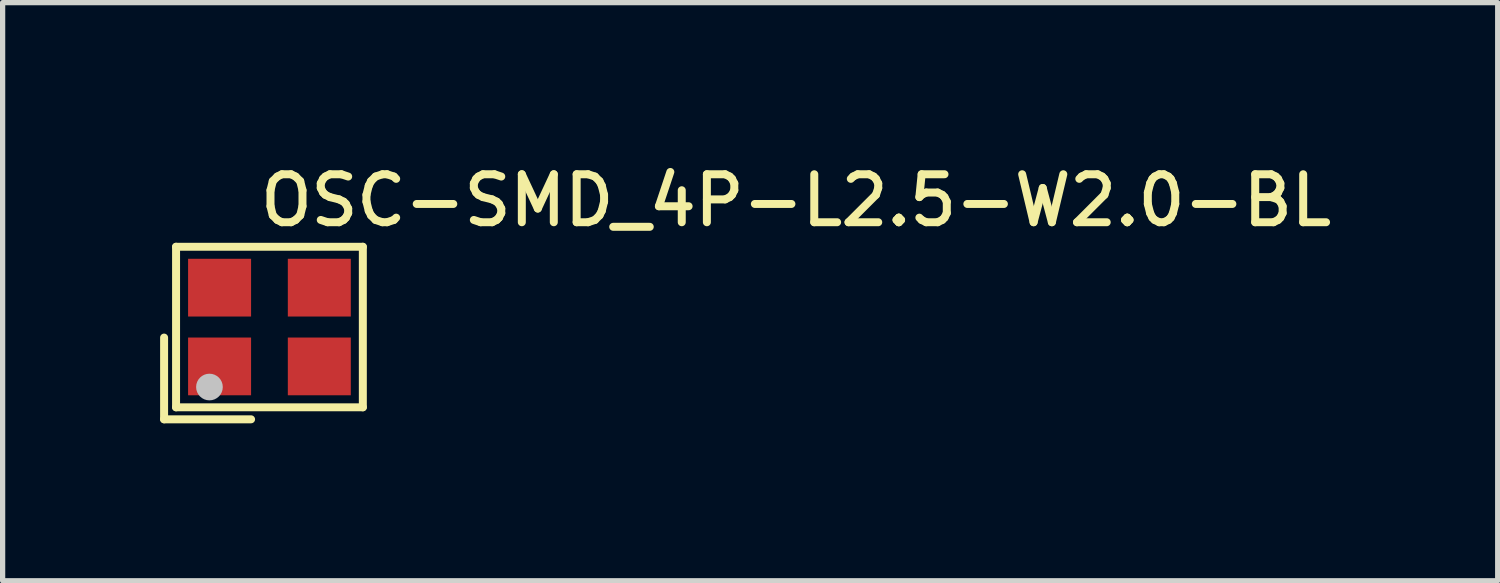
<source format=kicad_pcb>
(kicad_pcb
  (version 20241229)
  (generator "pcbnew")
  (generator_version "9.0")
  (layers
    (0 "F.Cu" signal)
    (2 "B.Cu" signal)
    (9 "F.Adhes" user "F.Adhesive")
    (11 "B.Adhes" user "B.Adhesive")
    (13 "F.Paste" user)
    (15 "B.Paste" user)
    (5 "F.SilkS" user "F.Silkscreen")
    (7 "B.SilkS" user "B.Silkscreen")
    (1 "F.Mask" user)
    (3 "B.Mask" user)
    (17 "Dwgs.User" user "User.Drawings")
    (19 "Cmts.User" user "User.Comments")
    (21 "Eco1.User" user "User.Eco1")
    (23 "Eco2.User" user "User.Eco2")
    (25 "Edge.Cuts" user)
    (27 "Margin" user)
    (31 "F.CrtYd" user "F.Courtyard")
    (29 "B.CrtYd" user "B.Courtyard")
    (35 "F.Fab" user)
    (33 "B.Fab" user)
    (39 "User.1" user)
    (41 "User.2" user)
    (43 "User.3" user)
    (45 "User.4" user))
  (footprint "OSC-SMD_4P-L2.5-W2.0-BL"
    (layer "F.Cu")
    (at 2.083 3.18)
    (property "Reference" "OSC-SMD_4P-L2.5-W2.0-BL" (at -0.254 -2.946 0) (layer "F.SilkS") (effects (font (size 0.914 0.914) (thickness 0.152)) (justify left top)))
    (fp_line (start -2.007 0.201) (end -2.007 1.758) (stroke (width 0.152) (type default)) (layer "F.SilkS"))
    (fp_line (start -2.007 1.758) (end -0.35 1.758) (stroke (width 0.152) (type default)) (layer "F.SilkS"))
    (fp_line (start -1.779 -1.529) (end 1.779 -1.529) (stroke (width 0.152) (type default)) (layer "F.SilkS"))
    (fp_line (start -1.779 1.529) (end -1.779 -1.529) (stroke (width 0.152) (type default)) (layer "F.SilkS"))
    (fp_line (start 1.779 -1.529) (end 1.779 1.529) (stroke (width 0.152) (type default)) (layer "F.SilkS"))
    (fp_line (start 1.779 1.529) (end -1.779 1.529) (stroke (width 0.152) (type default)) (layer "F.SilkS"))
    (fp_circle (center -1.143 1.143) (end -1.016 1.143) (stroke (width 0.254) (type default)) (fill no) (layer "Dwgs.User"))
    (fp_circle (center -1.25 1) (end -1.22 1) (stroke (width 0.06) (type default)) (fill no) (layer "User.5"))
    (pad "1" smd rect (at -0.95 0.75) (size 1.2 1.1) (layers "F.Cu" "F.Mask" "F.Paste"))
    (pad "2" smd rect (at 0.95 0.75) (size 1.2 1.1) (layers "F.Cu" "F.Mask" "F.Paste"))
    (pad "3" smd rect (at 0.95 -0.75) (size 1.2 1.1) (layers "F.Cu" "F.Mask" "F.Paste"))
    (pad "4" smd rect (at -0.95 -0.75) (size 1.2 1.1) (layers "F.Cu" "F.Mask" "F.Paste"))
    (zone (net_name "") (layer "Dwgs.User") (hatch edge 0.5) (priority 100) (connect_pads yes) (min_thickness 0) (filled_areas_thickness no) (fill yes) (polygon (pts (xy 0.94 2.545) (xy 1.448 2.545) (xy 1.448 2.672) (xy 0.94 2.672))) (filled_polygon (layer "Dwgs.User") (island) (pts (xy 0.94 2.545) (xy 1.448 2.545) (xy 1.448 2.672) (xy 0.94 2.672))))
    (zone (net_name "") (layer "Dwgs.User") (hatch edge 0.5) (priority 100) (connect_pads yes) (min_thickness 0) (filled_areas_thickness no) (fill yes) (polygon (pts (xy 1.13 2.862) (xy 1.13 2.354) (xy 1.257 2.354) (xy 1.257 2.862))) (filled_polygon (layer "Dwgs.User") (island) (pts (xy 1.13 2.862) (xy 1.13 2.354) (xy 1.257 2.354) (xy 1.257 2.862))))
    (zone (net_name "") (layer "Dwgs.User") (hatch edge 0.5) (priority 100) (connect_pads yes) (min_thickness 0) (filled_areas_thickness no) (fill yes) (polygon (pts (xy 2.718 3.815) (xy 3.226 3.815) (xy 3.226 3.942) (xy 2.718 3.942))) (filled_polygon (layer "Dwgs.User") (island) (pts (xy 2.718 3.815) (xy 3.226 3.815) (xy 3.226 3.942) (xy 2.718 3.942))))
    (zone (net_name "") (layer "User.3") (hatch edge 0.5) (priority 100) (connect_pads yes) (min_thickness 0) (filled_areas_thickness no) (fill yes) (polygon (pts (xy 0.833 4.18) (xy 0.833 2.18) (xy 3.333 2.18) (xy 3.333 4.18))) (filled_polygon (layer "User.3") (island) (pts (xy 0.833 4.18) (xy 0.833 2.18) (xy 3.333 2.18) (xy 3.333 4.18))))
    (zone (net_name "") (layer "User.4") (hatch edge 0.5) (priority 100) (connect_pads yes) (min_thickness 0) (filled_areas_thickness no) (fill yes) (polygon (pts (xy 0.833 2.18) (xy 1.633 2.18) (xy 1.633 2.855) (xy 0.833 2.855))) (filled_polygon (layer "User.4") (island) (pts (xy 0.833 2.18) (xy 1.633 2.18) (xy 1.633 2.855) (xy 0.833 2.855))))
    (zone (net_name "") (layer "User.4") (hatch edge 0.5) (priority 100) (connect_pads yes) (min_thickness 0) (filled_areas_thickness no) (fill yes) (polygon (pts (xy 1.633 4.18) (xy 0.833 4.18) (xy 0.833 3.505) (xy 1.633 3.505))) (filled_polygon (layer "User.4") (island) (pts (xy 1.633 4.18) (xy 0.833 4.18) (xy 0.833 3.505) (xy 1.633 3.505))))
    (zone (net_name "") (layer "User.4") (hatch edge 0.5) (priority 100) (connect_pads yes) (min_thickness 0) (filled_areas_thickness no) (fill yes) (polygon (pts (xy 3.333 2.855) (xy 2.533 2.855) (xy 2.533 2.18) (xy 3.333 2.18))) (filled_polygon (layer "User.4") (island) (pts (xy 3.333 2.855) (xy 2.533 2.855) (xy 2.533 2.18) (xy 3.333 2.18))))
    (zone (net_name "") (layer "User.4") (hatch edge 0.5) (priority 100) (connect_pads yes) (min_thickness 0) (filled_areas_thickness no) (fill yes) (polygon (pts (xy 3.333 4.18) (xy 2.533 4.18) (xy 2.533 3.505) (xy 3.333 3.505))) (filled_polygon (layer "User.4") (island) (pts (xy 3.333 4.18) (xy 2.533 4.18) (xy 2.533 3.505) (xy 3.333 3.505)))))
  (gr_rect
    (start -3 -3)
    (end 25.481 8.013)
    (stroke (width 0.1) (type default))
    (fill no)
    (layer "Edge.Cuts")))
</source>
